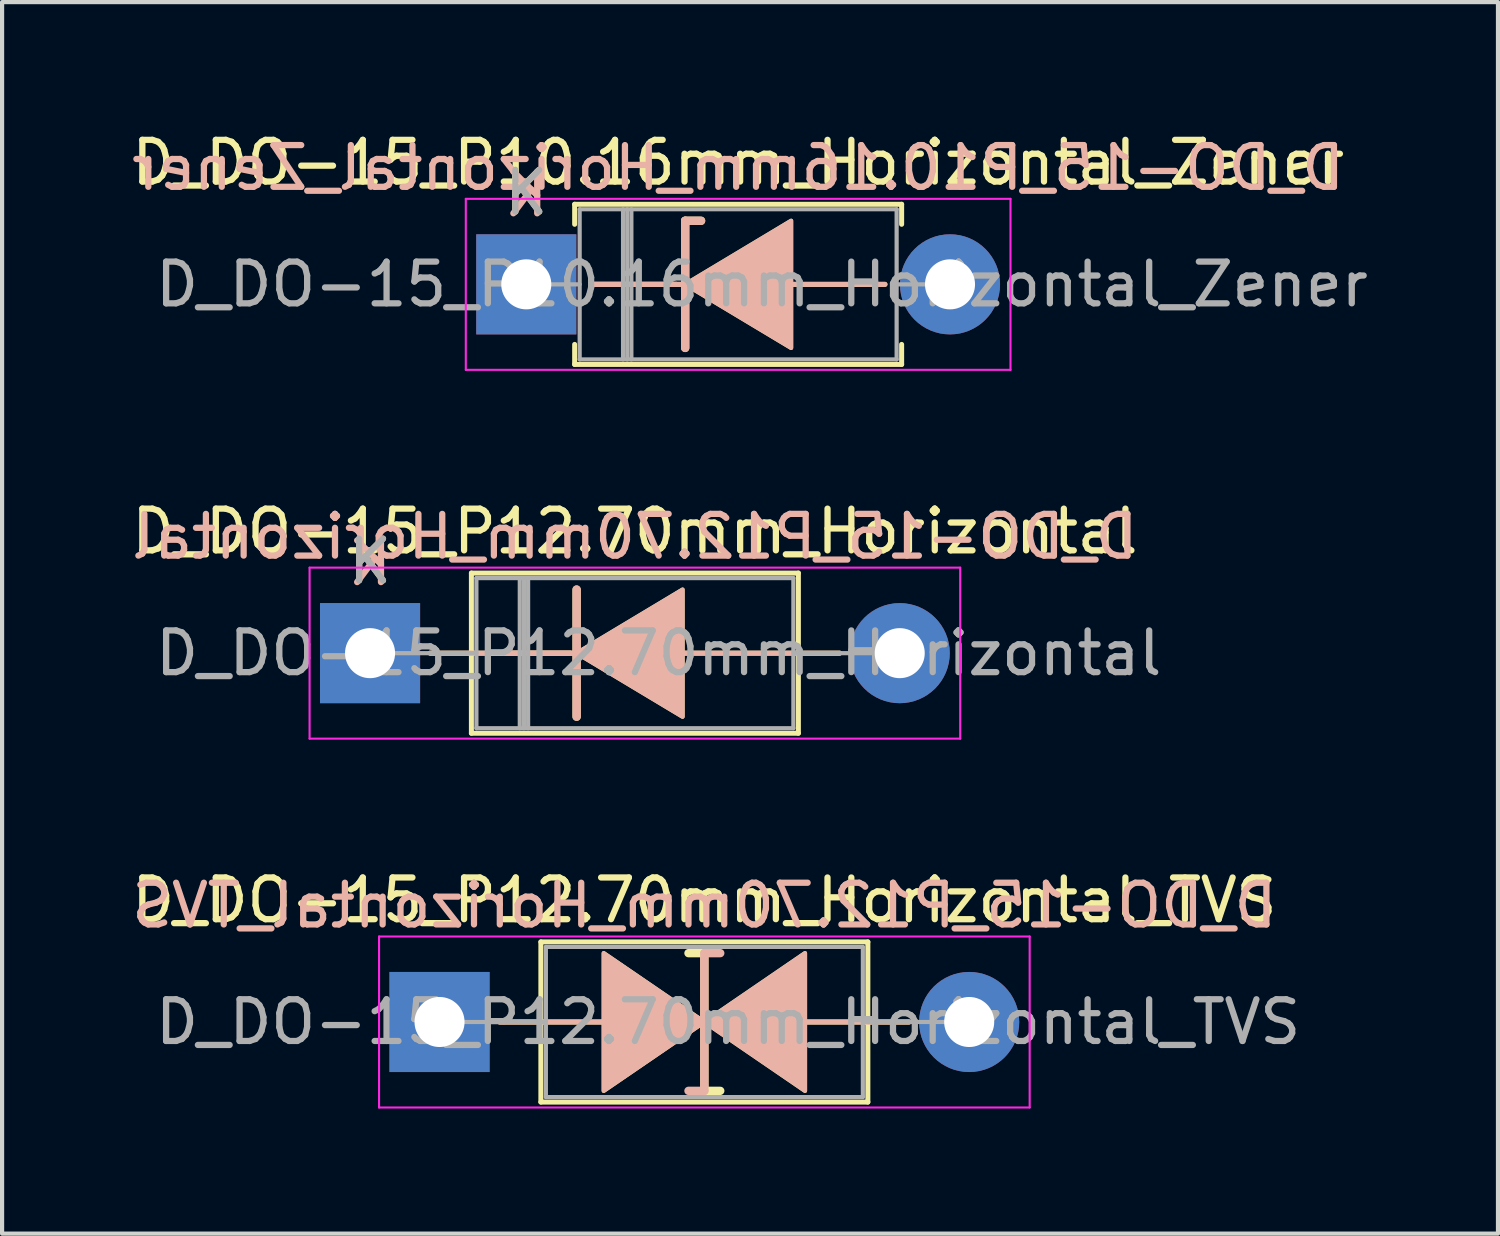
<source format=kicad_pcb>
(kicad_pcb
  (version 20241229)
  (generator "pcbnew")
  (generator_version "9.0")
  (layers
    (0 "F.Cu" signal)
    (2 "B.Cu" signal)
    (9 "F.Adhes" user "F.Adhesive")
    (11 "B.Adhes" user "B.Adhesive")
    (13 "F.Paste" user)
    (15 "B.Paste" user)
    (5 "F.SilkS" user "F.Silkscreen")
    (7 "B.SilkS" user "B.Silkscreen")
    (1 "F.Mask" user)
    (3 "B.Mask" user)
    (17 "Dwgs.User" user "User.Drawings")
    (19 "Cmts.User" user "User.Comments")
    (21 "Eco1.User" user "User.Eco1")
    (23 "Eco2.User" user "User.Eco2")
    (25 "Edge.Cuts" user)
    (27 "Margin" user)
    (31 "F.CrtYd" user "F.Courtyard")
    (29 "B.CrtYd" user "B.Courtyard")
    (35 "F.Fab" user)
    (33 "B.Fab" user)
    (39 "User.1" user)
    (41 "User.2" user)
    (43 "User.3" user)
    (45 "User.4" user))
  (footprint "D_DO-15_P12.70mm_Horizontal"
    (layer "F.Cu")
    (at 5.823 12.611)
    (property "Reference" "D_DO-15_P12.70mm_Horizontal" (at 6.35 -2.92 0) (layer "F.SilkS") (effects (font (size 1 1) (thickness 0.15))))
    (fp_line (start 1.44 0) (end 2.43 0) (stroke (width 0.12) (type solid)) (layer "F.SilkS"))
    (fp_line (start 2.413 0) (end 4.8 0) (stroke (width 0.12) (type solid)) (layer "F.SilkS"))
    (fp_line (start 2.43 -1.92) (end 2.43 1.92) (stroke (width 0.12) (type solid)) (layer "F.SilkS"))
    (fp_line (start 2.43 1.92) (end 10.27 1.92) (stroke (width 0.12) (type solid)) (layer "F.SilkS"))
    (fp_line (start 4.953 -1.524) (end 4.953 1.524) (stroke (width 0.2) (type solid)) (layer "F.SilkS"))
    (fp_line (start 4.953 0) (end 2.8 0) (stroke (width 0.12) (type solid)) (layer "F.SilkS"))
    (fp_line (start 10.27 -1.92) (end 2.43 -1.92) (stroke (width 0.12) (type solid)) (layer "F.SilkS"))
    (fp_line (start 10.27 0) (end 7.493 0) (stroke (width 0.12) (type solid)) (layer "F.SilkS"))
    (fp_line (start 10.27 1.92) (end 10.27 -1.92) (stroke (width 0.12) (type solid)) (layer "F.SilkS"))
    (fp_line (start 11.26 0) (end 10.27 0) (stroke (width 0.12) (type solid)) (layer "F.SilkS"))
    (fp_poly (pts (xy 7.493 1.524) (xy 4.953 0) (xy 7.493 -1.524)) (stroke (width 0.1) (type solid)) (fill yes) (layer "F.SilkS"))
    (fp_line (start 1.44 0) (end 2.43 0) (stroke (width 0.12) (type solid)) (layer "B.SilkS"))
    (fp_line (start 2.413 0) (end 4.8 0) (stroke (width 0.12) (type solid)) (layer "B.SilkS"))
    (fp_line (start 4.953 0) (end 2.8 0) (stroke (width 0.12) (type solid)) (layer "B.SilkS"))
    (fp_line (start 4.953 1.524) (end 4.953 -1.524) (stroke (width 0.2) (type solid)) (layer "B.SilkS"))
    (fp_line (start 10.27 0) (end 7.493 0) (stroke (width 0.12) (type solid)) (layer "B.SilkS"))
    (fp_line (start 11.26 0) (end 10.27 0) (stroke (width 0.12) (type solid)) (layer "B.SilkS"))
    (fp_poly (pts (xy 7.493 -1.524) (xy 4.953 0) (xy 7.493 1.524)) (stroke (width 0.1) (type solid)) (fill yes) (layer "B.SilkS"))
    (fp_line (start -1.45 -2.05) (end -1.45 2.05) (stroke (width 0.05) (type solid)) (layer "F.CrtYd"))
    (fp_line (start -1.45 2.05) (end 14.15 2.05) (stroke (width 0.05) (type solid)) (layer "F.CrtYd"))
    (fp_line (start 14.15 -2.05) (end -1.45 -2.05) (stroke (width 0.05) (type solid)) (layer "F.CrtYd"))
    (fp_line (start 14.15 2.05) (end 14.15 -2.05) (stroke (width 0.05) (type solid)) (layer "F.CrtYd"))
    (fp_line (start 0 0) (end 2.55 0) (stroke (width 0.1) (type solid)) (layer "F.Fab"))
    (fp_line (start 2.55 -1.8) (end 2.55 1.8) (stroke (width 0.1) (type solid)) (layer "F.Fab"))
    (fp_line (start 2.55 1.8) (end 10.15 1.8) (stroke (width 0.1) (type solid)) (layer "F.Fab"))
    (fp_line (start 3.59 -1.8) (end 3.59 1.8) (stroke (width 0.1) (type solid)) (layer "F.Fab"))
    (fp_line (start 3.69 -1.8) (end 3.69 1.8) (stroke (width 0.1) (type solid)) (layer "F.Fab"))
    (fp_line (start 3.79 -1.8) (end 3.79 1.8) (stroke (width 0.1) (type solid)) (layer "F.Fab"))
    (fp_line (start 10.15 -1.8) (end 2.55 -1.8) (stroke (width 0.1) (type solid)) (layer "F.Fab"))
    (fp_line (start 10.15 1.8) (end 10.15 -1.8) (stroke (width 0.1) (type solid)) (layer "F.Fab"))
    (fp_line (start 12.7 0) (end 10.15 0) (stroke (width 0.1) (type solid)) (layer "F.Fab"))
    (fp_text user "K" (at 0 -2.2 0) (layer "F.SilkS") (effects (font (size 1 1) (thickness 0.15))))
    (fp_text user "K" (at 0 -2.159 0) (layer "B.SilkS") (effects (font (size 1 1) (thickness 0.15)) (justify mirror)))
    (fp_text user "${REFERENCE}" (at 6.35 -2.794 0) (layer "B.SilkS") (effects (font (size 1 1) (thickness 0.15)) (justify mirror)))
    (fp_text user "${REFERENCE}" (at 6.92 0 0) (layer "F.Fab") (effects (font (size 1 1) (thickness 0.15))))
    (fp_text user "K" (at 0 -2.2 0) (layer "F.Fab") (effects (font (size 1 1) (thickness 0.15))))
    (pad "1" thru_hole rect (at 0 0) (size 2.4 2.4) (drill 1.2) (layers "*.Cu" "*.Mask"))
    (pad "2" thru_hole oval (at 12.7 0) (size 2.4 2.4) (drill 1.2) (layers "*.Cu" "*.Mask")))
  (footprint "D_DO-15_P12.70mm_Horizontal_TVS"
    (layer "F.Cu")
    (at 7.489 21.455)
    (property "Reference" "D_DO-15_P12.70mm_Horizontal_TVS" (at 6.35 -2.92 0) (layer "F.SilkS") (effects (font (size 1 1) (thickness 0.15))))
    (fp_line (start 1.44 0) (end 2.43 0) (stroke (width 0.12) (type solid)) (layer "F.SilkS"))
    (fp_line (start 2.43 -1.92) (end 2.43 1.92) (stroke (width 0.12) (type solid)) (layer "F.SilkS"))
    (fp_line (start 2.43 0) (end 3.937 0) (stroke (width 0.12) (type solid)) (layer "F.SilkS"))
    (fp_line (start 2.43 1.92) (end 10.27 1.92) (stroke (width 0.12) (type solid)) (layer "F.SilkS"))
    (fp_line (start 6.35 -1.651) (end 5.969 -1.651) (stroke (width 0.2) (type solid)) (layer "F.SilkS"))
    (fp_line (start 6.35 1.651) (end 6.35 -1.651) (stroke (width 0.2) (type solid)) (layer "F.SilkS"))
    (fp_line (start 6.731 1.651) (end 6.35 1.651) (stroke (width 0.2) (type solid)) (layer "F.SilkS"))
    (fp_line (start 10.27 -1.92) (end 2.43 -1.92) (stroke (width 0.12) (type solid)) (layer "F.SilkS"))
    (fp_line (start 10.27 1.92) (end 10.27 -1.92) (stroke (width 0.12) (type solid)) (layer "F.SilkS"))
    (fp_line (start 10.287 0) (end 8.763 0) (stroke (width 0.12) (type solid)) (layer "F.SilkS"))
    (fp_line (start 11.26 0) (end 10.27 0) (stroke (width 0.12) (type solid)) (layer "F.SilkS"))
    (fp_poly (pts (xy 6.35 0) (xy 3.937 1.651) (xy 3.937 -1.651)) (stroke (width 0.1) (type solid)) (fill yes) (layer "F.SilkS"))
    (fp_poly (pts (xy 6.35 0) (xy 8.763 -1.651) (xy 8.763 1.651)) (stroke (width 0.1) (type solid)) (fill yes) (layer "F.SilkS"))
    (fp_line (start 1.44 0) (end 2.43 0) (stroke (width 0.12) (type solid)) (layer "B.SilkS"))
    (fp_line (start 2.43 0) (end 3.937 0) (stroke (width 0.12) (type solid)) (layer "B.SilkS"))
    (fp_line (start 6.35 -1.651) (end 6.35 1.651) (stroke (width 0.2) (type solid)) (layer "B.SilkS"))
    (fp_line (start 6.35 1.651) (end 5.969 1.651) (stroke (width 0.2) (type solid)) (layer "B.SilkS"))
    (fp_line (start 6.731 -1.651) (end 6.35 -1.651) (stroke (width 0.2) (type solid)) (layer "B.SilkS"))
    (fp_line (start 10.287 0) (end 8.763 0) (stroke (width 0.12) (type solid)) (layer "B.SilkS"))
    (fp_line (start 11.26 0) (end 10.27 0) (stroke (width 0.12) (type solid)) (layer "B.SilkS"))
    (fp_poly (pts (xy 6.35 0) (xy 3.937 -1.651) (xy 3.937 1.651)) (stroke (width 0.1) (type solid)) (fill yes) (layer "B.SilkS"))
    (fp_poly (pts (xy 6.35 0) (xy 8.763 1.651) (xy 8.763 -1.651)) (stroke (width 0.1) (type solid)) (fill yes) (layer "B.SilkS"))
    (fp_line (start -1.45 -2.05) (end -1.45 2.05) (stroke (width 0.05) (type solid)) (layer "F.CrtYd"))
    (fp_line (start -1.45 2.05) (end 14.15 2.05) (stroke (width 0.05) (type solid)) (layer "F.CrtYd"))
    (fp_line (start 14.15 -2.05) (end -1.45 -2.05) (stroke (width 0.05) (type solid)) (layer "F.CrtYd"))
    (fp_line (start 14.15 2.05) (end 14.15 -2.05) (stroke (width 0.05) (type solid)) (layer "F.CrtYd"))
    (fp_line (start 0 0) (end 2.55 0) (stroke (width 0.1) (type solid)) (layer "F.Fab"))
    (fp_line (start 2.55 -1.8) (end 2.55 1.8) (stroke (width 0.1) (type solid)) (layer "F.Fab"))
    (fp_line (start 2.55 1.8) (end 10.15 1.8) (stroke (width 0.1) (type solid)) (layer "F.Fab"))
    (fp_line (start 10.15 -1.8) (end 2.55 -1.8) (stroke (width 0.1) (type solid)) (layer "F.Fab"))
    (fp_line (start 10.15 1.8) (end 10.15 -1.8) (stroke (width 0.1) (type solid)) (layer "F.Fab"))
    (fp_line (start 12.7 0) (end 10.15 0) (stroke (width 0.1) (type solid)) (layer "F.Fab"))
    (fp_text user "${REFERENCE}" (at 6.35 -2.794 0) (layer "B.SilkS") (effects (font (size 1 1) (thickness 0.15)) (justify mirror)))
    (fp_text user "${REFERENCE}" (at 6.92 0 0) (layer "F.Fab") (effects (font (size 1 1) (thickness 0.15))))
    (pad "1" thru_hole rect (at 0 0) (size 2.4 2.4) (drill 1.2) (layers "*.Cu" "*.Mask"))
    (pad "2" thru_hole oval (at 12.7 0) (size 2.4 2.4) (drill 1.2) (layers "*.Cu" "*.Mask")))
  (footprint "D_DO-15_P10.16mm_Horizontal_Zener"
    (layer "F.Cu")
    (at 9.569 3.768)
    (property "Reference" "D_DO-15_P10.16mm_Horizontal_Zener" (at 5.08 -2.92 0) (layer "F.SilkS") (effects (font (size 1 1) (thickness 0.15))))
    (fp_line (start 1.16 -1.92) (end 9 -1.92) (stroke (width 0.12) (type solid)) (layer "F.SilkS"))
    (fp_line (start 1.16 -1.44) (end 1.16 -1.92) (stroke (width 0.12) (type solid)) (layer "F.SilkS"))
    (fp_line (start 1.16 1.44) (end 1.16 1.92) (stroke (width 0.12) (type solid)) (layer "F.SilkS"))
    (fp_line (start 1.16 1.92) (end 9 1.92) (stroke (width 0.12) (type solid)) (layer "F.SilkS"))
    (fp_line (start 1.6 0) (end 3.81 0) (stroke (width 0.12) (type solid)) (layer "F.SilkS"))
    (fp_line (start 3.6 0) (end 1.6 0) (stroke (width 0.12) (type solid)) (layer "F.SilkS"))
    (fp_line (start 3.81 -1.524) (end 3.81 1.524) (stroke (width 0.2) (type solid)) (layer "F.SilkS"))
    (fp_line (start 3.81 -1.524) (end 4.191 -1.524) (stroke (width 0.2) (type solid)) (layer "F.SilkS"))
    (fp_line (start 8.6 0) (end 6.413 0) (stroke (width 0.12) (type solid)) (layer "F.SilkS"))
    (fp_line (start 9 -1.92) (end 9 -1.44) (stroke (width 0.12) (type solid)) (layer "F.SilkS"))
    (fp_line (start 9 1.92) (end 9 1.44) (stroke (width 0.12) (type solid)) (layer "F.SilkS"))
    (fp_poly (pts (xy 6.35 1.524) (xy 3.81 0) (xy 6.35 -1.524)) (stroke (width 0.1) (type solid)) (fill yes) (layer "F.SilkS"))
    (fp_line (start 1.6 0) (end 3.81 0) (stroke (width 0.12) (type solid)) (layer "B.SilkS"))
    (fp_line (start 3.6 0) (end 1.6 0) (stroke (width 0.12) (type solid)) (layer "B.SilkS"))
    (fp_line (start 3.81 -1.524) (end 4.191 -1.524) (stroke (width 0.2) (type solid)) (layer "B.SilkS"))
    (fp_line (start 3.81 1.524) (end 3.81 -1.524) (stroke (width 0.2) (type solid)) (layer "B.SilkS"))
    (fp_line (start 8.6 0) (end 6.413 0) (stroke (width 0.12) (type solid)) (layer "B.SilkS"))
    (fp_poly (pts (xy 6.35 -1.524) (xy 3.81 0) (xy 6.35 1.524)) (stroke (width 0.1) (type solid)) (fill yes) (layer "B.SilkS"))
    (fp_line (start -1.45 -2.05) (end -1.45 2.05) (stroke (width 0.05) (type solid)) (layer "F.CrtYd"))
    (fp_line (start -1.45 2.05) (end 11.61 2.05) (stroke (width 0.05) (type solid)) (layer "F.CrtYd"))
    (fp_line (start 11.61 -2.05) (end -1.45 -2.05) (stroke (width 0.05) (type solid)) (layer "F.CrtYd"))
    (fp_line (start 11.61 2.05) (end 11.61 -2.05) (stroke (width 0.05) (type solid)) (layer "F.CrtYd"))
    (fp_line (start 0 0) (end 1.28 0) (stroke (width 0.1) (type solid)) (layer "F.Fab"))
    (fp_line (start 1.28 -1.8) (end 1.28 1.8) (stroke (width 0.1) (type solid)) (layer "F.Fab"))
    (fp_line (start 1.28 1.8) (end 8.88 1.8) (stroke (width 0.1) (type solid)) (layer "F.Fab"))
    (fp_line (start 2.32 -1.8) (end 2.32 1.8) (stroke (width 0.1) (type solid)) (layer "F.Fab"))
    (fp_line (start 2.42 -1.8) (end 2.42 1.8) (stroke (width 0.1) (type solid)) (layer "F.Fab"))
    (fp_line (start 2.52 -1.8) (end 2.52 1.8) (stroke (width 0.1) (type solid)) (layer "F.Fab"))
    (fp_line (start 8.88 -1.8) (end 1.28 -1.8) (stroke (width 0.1) (type solid)) (layer "F.Fab"))
    (fp_line (start 8.88 1.8) (end 8.88 -1.8) (stroke (width 0.1) (type solid)) (layer "F.Fab"))
    (fp_line (start 10.16 0) (end 8.88 0) (stroke (width 0.1) (type solid)) (layer "F.Fab"))
    (fp_text user "K" (at 0 -2.2 0) (layer "F.SilkS") (effects (font (size 1 1) (thickness 0.15))))
    (fp_text user "K" (at 0 -2.159 0) (layer "B.SilkS") (effects (font (size 1 1) (thickness 0.15)) (justify mirror)))
    (fp_text user "${REFERENCE}" (at 5.08 -2.794 0) (layer "B.SilkS") (effects (font (size 1 1) (thickness 0.15)) (justify mirror)))
    (fp_text user "K" (at 0 -2.2 0) (layer "F.Fab") (effects (font (size 1 1) (thickness 0.15))))
    (fp_text user "${REFERENCE}" (at 5.65 0 0) (layer "F.Fab") (effects (font (size 1 1) (thickness 0.15))))
    (pad "1" thru_hole rect (at 0 0) (size 2.4 2.4) (drill 1.2) (layers "*.Cu" "*.Mask"))
    (pad "2" thru_hole oval (at 10.16 0) (size 2.4 2.4) (drill 1.2) (layers "*.Cu" "*.Mask")))
  (gr_rect
    (start -3 -3)
    (end 32.868 26.53)
    (stroke (width 0.1) (type default))
    (fill no)
    (layer "Edge.Cuts")))
</source>
